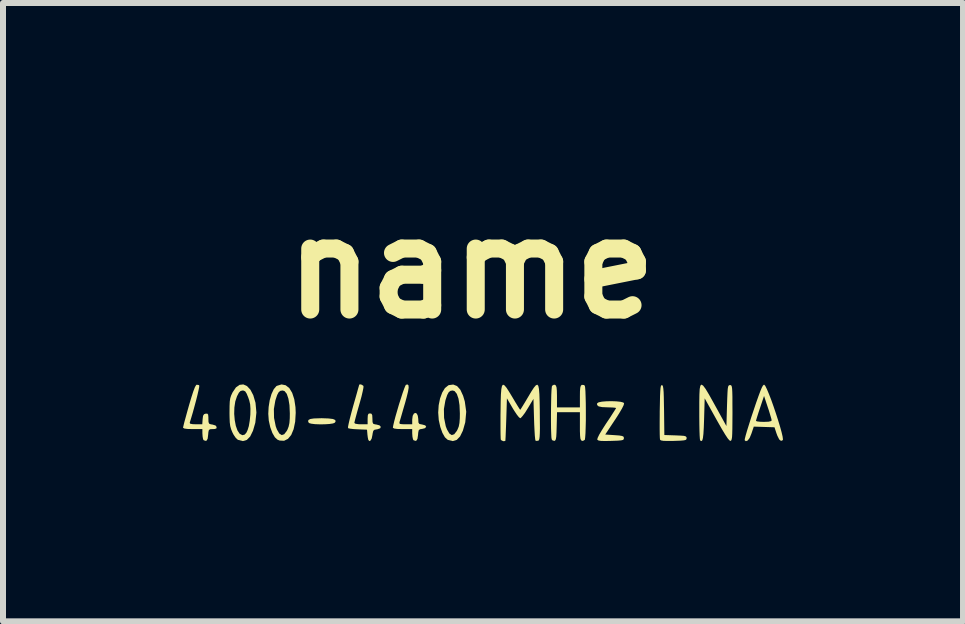
<source format=kicad_pcb>
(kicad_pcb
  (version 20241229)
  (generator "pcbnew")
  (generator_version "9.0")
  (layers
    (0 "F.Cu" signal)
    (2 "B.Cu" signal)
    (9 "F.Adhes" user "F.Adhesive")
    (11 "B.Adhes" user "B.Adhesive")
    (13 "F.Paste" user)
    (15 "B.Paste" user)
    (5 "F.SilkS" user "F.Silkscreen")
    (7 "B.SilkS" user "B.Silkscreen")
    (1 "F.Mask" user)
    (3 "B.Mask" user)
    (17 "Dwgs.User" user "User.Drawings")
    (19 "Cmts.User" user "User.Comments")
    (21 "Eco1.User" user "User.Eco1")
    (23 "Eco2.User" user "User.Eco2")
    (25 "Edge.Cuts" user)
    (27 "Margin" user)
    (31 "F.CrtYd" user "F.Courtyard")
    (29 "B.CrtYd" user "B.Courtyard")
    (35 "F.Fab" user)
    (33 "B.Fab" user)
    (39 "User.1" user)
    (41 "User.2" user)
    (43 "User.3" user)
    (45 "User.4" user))
  (footprint "name"
    (layer "F.Cu")
    (at 5.004 3.818)
    (property "Reference" "name" (at -0.2 -2.4 0) (layer "F.SilkS") (effects (font (size 1.524 1.524) (thickness 0.3))))
    (attr through_hole)
    (fp_poly (pts (xy -2.582 0.104) (xy -2.507 0.113) (xy -2.468 0.13) (xy -2.463 0.155) (xy -2.475 0.174) (xy -2.505 0.187) (xy -2.564 0.196) (xy -2.641 0.201) (xy -2.725 0.202) (xy -2.805 0.199) (xy -2.869 0.191) (xy -2.906 0.18) (xy -2.909 0.177) (xy -2.922 0.147) (xy -2.911 0.127) (xy -2.883 0.113) (xy -2.824 0.104) (xy -2.73 0.101) (xy -2.694 0.1)) (stroke (width 0) (type solid)) (fill yes) (layer "F.SilkS"))
    (fp_poly (pts (xy 2.984 -0.447) (xy 2.992 -0.429) (xy 2.998 -0.392) (xy 3.003 -0.333) (xy 3.006 -0.246) (xy 3.008 -0.126) (xy 3.01 -0.036) (xy 3.015 0.38) (xy 3.201 0.386) (xy 3.288 0.39) (xy 3.343 0.394) (xy 3.372 0.403) (xy 3.384 0.416) (xy 3.386 0.432) (xy 3.383 0.45) (xy 3.37 0.462) (xy 3.34 0.469) (xy 3.285 0.474) (xy 3.199 0.477) (xy 3.17 0.478) (xy 3.067 0.479) (xy 2.999 0.477) (xy 2.959 0.47) (xy 2.943 0.458) (xy 2.943 0.457) (xy 2.94 0.43) (xy 2.938 0.369) (xy 2.937 0.28) (xy 2.937 0.17) (xy 2.938 0.044) (xy 2.938 -0.011) (xy 2.941 -0.157) (xy 2.943 -0.268) (xy 2.947 -0.348) (xy 2.951 -0.401) (xy 2.957 -0.434) (xy 2.966 -0.449) (xy 2.974 -0.452)) (stroke (width 0) (type solid)) (fill yes) (layer "F.SilkS"))
    (fp_poly (pts (xy 2.213 -0.181) (xy 2.283 -0.174) (xy 2.33 -0.162) (xy 2.344 -0.15) (xy 2.338 -0.12) (xy 2.31 -0.063) (xy 2.262 0.019) (xy 2.197 0.121) (xy 2.193 0.126) (xy 2.03 0.372) (xy 2.185 0.382) (xy 2.264 0.388) (xy 2.311 0.396) (xy 2.334 0.407) (xy 2.341 0.426) (xy 2.341 0.432) (xy 2.338 0.45) (xy 2.325 0.462) (xy 2.295 0.469) (xy 2.24 0.474) (xy 2.154 0.477) (xy 2.125 0.478) (xy 2.025 0.48) (xy 1.959 0.478) (xy 1.92 0.472) (xy 1.901 0.461) (xy 1.897 0.454) (xy 1.904 0.427) (xy 1.93 0.373) (xy 1.974 0.299) (xy 2.031 0.209) (xy 2.048 0.183) (xy 2.106 0.097) (xy 2.154 0.022) (xy 2.19 -0.034) (xy 2.209 -0.065) (xy 2.21 -0.07) (xy 2.192 -0.075) (xy 2.144 -0.079) (xy 2.076 -0.081) (xy 2.075 -0.081) (xy 1.979 -0.085) (xy 1.92 -0.097) (xy 1.894 -0.12) (xy 1.895 -0.149) (xy 1.921 -0.165) (xy 1.975 -0.176) (xy 2.049 -0.182) (xy 2.132 -0.184)) (stroke (width 0) (type solid)) (fill yes) (layer "F.SilkS"))
    (fp_poly (pts (xy -0.439 -0.436) (xy -0.384 -0.374) (xy -0.338 -0.274) (xy -0.31 -0.18) (xy -0.286 -0.008) (xy -0.302 0.168) (xy -0.342 0.308) (xy -0.389 0.404) (xy -0.444 0.461) (xy -0.509 0.481) (xy -0.586 0.463) (xy -0.597 0.458) (xy -0.641 0.418) (xy -0.683 0.344) (xy -0.718 0.246) (xy -0.744 0.129) (xy -0.744 0.125) (xy -0.753 0.005) (xy -0.749 -0.053) (xy -0.658 -0.053) (xy -0.655 0.095) (xy -0.627 0.234) (xy -0.606 0.288) (xy -0.567 0.355) (xy -0.527 0.381) (xy -0.486 0.367) (xy -0.444 0.313) (xy -0.432 0.291) (xy -0.411 0.24) (xy -0.399 0.18) (xy -0.393 0.1) (xy -0.392 0.02) (xy -0.398 -0.117) (xy -0.415 -0.226) (xy -0.443 -0.306) (xy -0.48 -0.352) (xy -0.512 -0.362) (xy -0.549 -0.356) (xy -0.578 -0.333) (xy -0.603 -0.287) (xy -0.629 -0.209) (xy -0.634 -0.192) (xy -0.658 -0.053) (xy -0.749 -0.053) (xy -0.745 -0.116) (xy -0.722 -0.229) (xy -0.686 -0.328) (xy -0.64 -0.403) (xy -0.585 -0.447) (xy -0.577 -0.451) (xy -0.503 -0.461)) (stroke (width 0) (type solid)) (fill yes) (layer "F.SilkS"))
    (fp_poly (pts (xy -3.294 -0.449) (xy -3.234 -0.402) (xy -3.186 -0.323) (xy -3.151 -0.216) (xy -3.131 -0.084) (xy -3.127 0.01) (xy -3.136 0.159) (xy -3.162 0.283) (xy -3.202 0.379) (xy -3.256 0.444) (xy -3.321 0.476) (xy -3.395 0.472) (xy -3.43 0.458) (xy -3.474 0.418) (xy -3.516 0.346) (xy -3.551 0.25) (xy -3.576 0.138) (xy -3.576 0.137) (xy -3.584 0.027) (xy -3.58 -0.053) (xy -3.491 -0.053) (xy -3.488 0.095) (xy -3.46 0.234) (xy -3.44 0.288) (xy -3.401 0.355) (xy -3.36 0.381) (xy -3.319 0.367) (xy -3.277 0.313) (xy -3.265 0.291) (xy -3.245 0.24) (xy -3.232 0.18) (xy -3.226 0.1) (xy -3.225 0.02) (xy -3.231 -0.117) (xy -3.249 -0.226) (xy -3.276 -0.306) (xy -3.313 -0.352) (xy -3.345 -0.362) (xy -3.383 -0.356) (xy -3.411 -0.333) (xy -3.436 -0.287) (xy -3.462 -0.209) (xy -3.467 -0.192) (xy -3.491 -0.053) (xy -3.58 -0.053) (xy -3.578 -0.088) (xy -3.56 -0.201) (xy -3.531 -0.302) (xy -3.493 -0.383) (xy -3.45 -0.434) (xy -3.439 -0.44) (xy -3.363 -0.463)) (stroke (width 0) (type solid)) (fill yes) (layer "F.SilkS"))
    (fp_poly (pts (xy 4.697 -0.438) (xy 4.723 -0.385) (xy 4.756 -0.307) (xy 4.794 -0.21) (xy 4.833 -0.1) (xy 4.872 0.015) (xy 4.909 0.13) (xy 4.942 0.238) (xy 4.968 0.332) (xy 4.985 0.405) (xy 4.991 0.452) (xy 4.988 0.466) (xy 4.959 0.478) (xy 4.929 0.454) (xy 4.898 0.392) (xy 4.881 0.346) (xy 4.85 0.251) (xy 4.505 0.24) (xy 4.466 0.356) (xy 4.436 0.429) (xy 4.403 0.472) (xy 4.373 0.483) (xy 4.353 0.466) (xy 4.356 0.443) (xy 4.37 0.387) (xy 4.394 0.304) (xy 4.427 0.199) (xy 4.444 0.145) (xy 4.541 0.145) (xy 4.56 0.153) (xy 4.608 0.159) (xy 4.672 0.161) (xy 4.751 0.158) (xy 4.793 0.148) (xy 4.803 0.136) (xy 4.797 0.107) (xy 4.78 0.05) (xy 4.757 -0.027) (xy 4.739 -0.08) (xy 4.676 -0.271) (xy 4.609 -0.071) (xy 4.581 0.013) (xy 4.559 0.083) (xy 4.545 0.13) (xy 4.541 0.145) (xy 4.444 0.145) (xy 4.465 0.078) (xy 4.494 -0.008) (xy 4.544 -0.157) (xy 4.584 -0.27) (xy 4.615 -0.353) (xy 4.639 -0.41) (xy 4.657 -0.443) (xy 4.672 -0.457) (xy 4.679 -0.458)) (stroke (width 0) (type solid)) (fill yes) (layer "F.SilkS"))
    (fp_poly (pts (xy 1.194 -0.456) (xy 1.209 -0.442) (xy 1.219 -0.412) (xy 1.224 -0.358) (xy 1.226 -0.272) (xy 1.226 -0.262) (xy 1.226 -0.08) (xy 1.608 -0.08) (xy 1.608 -0.262) (xy 1.609 -0.351) (xy 1.614 -0.409) (xy 1.623 -0.44) (xy 1.638 -0.455) (xy 1.64 -0.456) (xy 1.676 -0.453) (xy 1.69 -0.44) (xy 1.695 -0.412) (xy 1.7 -0.351) (xy 1.703 -0.262) (xy 1.706 -0.152) (xy 1.707 -0.027) (xy 1.707 0.01) (xy 1.707 0.138) (xy 1.704 0.252) (xy 1.701 0.348) (xy 1.696 0.418) (xy 1.691 0.456) (xy 1.69 0.46) (xy 1.659 0.478) (xy 1.64 0.476) (xy 1.626 0.464) (xy 1.616 0.438) (xy 1.611 0.391) (xy 1.608 0.316) (xy 1.608 0.232) (xy 1.608 0) (xy 1.227 0) (xy 1.221 0.236) (xy 1.218 0.339) (xy 1.214 0.408) (xy 1.207 0.45) (xy 1.196 0.471) (xy 1.183 0.478) (xy 1.149 0.468) (xy 1.138 0.451) (xy 1.133 0.419) (xy 1.13 0.355) (xy 1.127 0.266) (xy 1.126 0.16) (xy 1.126 0.044) (xy 1.127 -0.074) (xy 1.129 -0.187) (xy 1.131 -0.287) (xy 1.135 -0.368) (xy 1.14 -0.422) (xy 1.144 -0.44) (xy 1.175 -0.458)) (stroke (width 0) (type solid)) (fill yes) (layer "F.SilkS"))
    (fp_poly (pts (xy 3.662 -0.442) (xy 3.703 -0.387) (xy 3.757 -0.297) (xy 3.827 -0.172) (xy 3.9 -0.04) (xy 4.049 0.231) (xy 4.059 -0.111) (xy 4.063 -0.235) (xy 4.067 -0.325) (xy 4.071 -0.386) (xy 4.077 -0.424) (xy 4.086 -0.443) (xy 4.098 -0.451) (xy 4.109 -0.452) (xy 4.122 -0.451) (xy 4.132 -0.443) (xy 4.139 -0.425) (xy 4.144 -0.391) (xy 4.147 -0.336) (xy 4.149 -0.256) (xy 4.149 -0.146) (xy 4.15 -0.000127) (xy 4.15 0.01) (xy 4.149 0.159) (xy 4.148 0.273) (xy 4.146 0.356) (xy 4.143 0.413) (xy 4.137 0.449) (xy 4.13 0.469) (xy 4.12 0.477) (xy 4.117 0.478) (xy 4.099 0.469) (xy 4.07 0.435) (xy 4.029 0.373) (xy 3.974 0.282) (xy 3.903 0.157) (xy 3.886 0.127) (xy 3.687 -0.231) (xy 3.677 0.119) (xy 3.672 0.257) (xy 3.666 0.359) (xy 3.658 0.428) (xy 3.648 0.467) (xy 3.634 0.481) (xy 3.616 0.474) (xy 3.611 0.469) (xy 3.607 0.446) (xy 3.603 0.388) (xy 3.6 0.302) (xy 3.598 0.194) (xy 3.597 0.068) (xy 3.597 -0.003) (xy 3.597 -0.169) (xy 3.599 -0.297) (xy 3.604 -0.388) (xy 3.615 -0.442) (xy 3.634 -0.46)) (stroke (width 0) (type solid)) (fill yes) (layer "F.SilkS"))
    (fp_poly (pts (xy -4.743 -0.453) (xy -4.734 -0.444) (xy -4.735 -0.42) (xy -4.746 -0.366) (xy -4.764 -0.288) (xy -4.787 -0.196) (xy -4.814 -0.096) (xy -4.841 0.003) (xy -4.868 0.094) (xy -4.891 0.169) (xy -4.893 0.176) (xy -4.886 0.191) (xy -4.846 0.199) (xy -4.793 0.201) (xy -4.684 0.201) (xy -4.678 0.116) (xy -4.671 0.06) (xy -4.654 0.033) (xy -4.627 0.024) (xy -4.599 0.024) (xy -4.586 0.041) (xy -4.582 0.085) (xy -4.582 0.108) (xy -4.58 0.164) (xy -4.569 0.191) (xy -4.541 0.202) (xy -4.517 0.205) (xy -4.463 0.221) (xy -4.445 0.246) (xy -4.448 0.27) (xy -4.477 0.28) (xy -4.509 0.281) (xy -4.551 0.283) (xy -4.573 0.296) (xy -4.582 0.331) (xy -4.586 0.377) (xy -4.594 0.441) (xy -4.612 0.473) (xy -4.624 0.478) (xy -4.658 0.468) (xy -4.67 0.451) (xy -4.678 0.409) (xy -4.682 0.352) (xy -4.682 0.35) (xy -4.682 0.281) (xy -4.843 0.281) (xy -4.93 0.279) (xy -4.982 0.272) (xy -5.003 0.26) (xy -5.004 0.256) (xy -4.998 0.229) (xy -4.984 0.171) (xy -4.961 0.087) (xy -4.933 -0.015) (xy -4.906 -0.111) (xy -4.865 -0.249) (xy -4.832 -0.351) (xy -4.806 -0.418) (xy -4.786 -0.452) (xy -4.777 -0.458)) (stroke (width 0) (type solid)) (fill yes) (layer "F.SilkS"))
    (fp_poly (pts (xy -3.939 -0.436) (xy -3.882 -0.375) (xy -3.834 -0.283) (xy -3.798 -0.161) (xy -3.797 -0.158) (xy -3.782 0.005) (xy -3.8 0.175) (xy -3.839 0.309) (xy -3.886 0.405) (xy -3.942 0.462) (xy -4.007 0.481) (xy -4.084 0.462) (xy -4.093 0.458) (xy -4.125 0.429) (xy -4.162 0.375) (xy -4.183 0.334) (xy -4.204 0.282) (xy -4.218 0.23) (xy -4.226 0.168) (xy -4.229 0.085) (xy -4.23 0.028) (xy -4.152 0.028) (xy -4.143 0.132) (xy -4.125 0.227) (xy -4.097 0.305) (xy -4.061 0.359) (xy -4.017 0.382) (xy -4.012 0.382) (xy -3.977 0.373) (xy -3.949 0.341) (xy -3.928 0.296) (xy -3.908 0.231) (xy -3.893 0.141) (xy -3.883 0.042) (xy -3.883 0.04) (xy -3.881 -0.057) (xy -3.886 -0.13) (xy -3.901 -0.196) (xy -3.918 -0.246) (xy -3.945 -0.311) (xy -3.968 -0.347) (xy -3.994 -0.36) (xy -4.012 -0.362) (xy -4.046 -0.354) (xy -4.074 -0.325) (xy -4.105 -0.266) (xy -4.134 -0.179) (xy -4.149 -0.078) (xy -4.152 0.028) (xy -4.23 0.028) (xy -4.23 0) (xy -4.229 -0.104) (xy -4.226 -0.177) (xy -4.218 -0.232) (xy -4.204 -0.277) (xy -4.182 -0.324) (xy -4.178 -0.332) (xy -4.123 -0.413) (xy -4.062 -0.456) (xy -4 -0.463)) (stroke (width 0) (type solid)) (fill yes) (layer "F.SilkS"))
    (fp_poly (pts (xy -1.248 -0.447) (xy -1.245 -0.408) (xy -1.256 -0.342) (xy -1.28 -0.245) (xy -1.304 -0.157) (xy -1.334 -0.055) (xy -1.36 0.036) (xy -1.381 0.108) (xy -1.394 0.152) (xy -1.396 0.158) (xy -1.4 0.183) (xy -1.389 0.195) (xy -1.353 0.2) (xy -1.297 0.201) (xy -1.186 0.201) (xy -1.186 0.123) (xy -1.178 0.06) (xy -1.157 0.021) (xy -1.128 0.012) (xy -1.109 0.025) (xy -1.093 0.059) (xy -1.085 0.114) (xy -1.085 0.123) (xy -1.082 0.173) (xy -1.066 0.196) (xy -1.026 0.204) (xy -1.02 0.205) (xy -0.969 0.219) (xy -0.953 0.243) (xy -0.973 0.266) (xy -1.019 0.278) (xy -1.058 0.284) (xy -1.078 0.302) (xy -1.086 0.341) (xy -1.089 0.378) (xy -1.098 0.442) (xy -1.116 0.473) (xy -1.128 0.478) (xy -1.162 0.468) (xy -1.173 0.451) (xy -1.182 0.409) (xy -1.186 0.352) (xy -1.186 0.35) (xy -1.186 0.281) (xy -1.346 0.281) (xy -1.434 0.279) (xy -1.486 0.272) (xy -1.507 0.26) (xy -1.508 0.256) (xy -1.502 0.22) (xy -1.487 0.156) (xy -1.465 0.072) (xy -1.437 -0.025) (xy -1.407 -0.128) (xy -1.375 -0.228) (xy -1.346 -0.319) (xy -1.32 -0.392) (xy -1.3 -0.441) (xy -1.29 -0.457) (xy -1.263 -0.462)) (stroke (width 0) (type solid)) (fill yes) (layer "F.SilkS"))
    (fp_poly (pts (xy -2.027 -0.458) (xy -2.002 -0.441) (xy -1.998 -0.435) (xy -1.999 -0.406) (xy -2.011 -0.347) (xy -2.03 -0.265) (xy -2.057 -0.167) (xy -2.069 -0.125) (xy -2.098 -0.023) (xy -2.122 0.065) (xy -2.14 0.133) (xy -2.149 0.173) (xy -2.15 0.179) (xy -2.132 0.192) (xy -2.081 0.2) (xy -2.04 0.201) (xy -1.929 0.201) (xy -1.929 0.111) (xy -1.926 0.054) (xy -1.916 0.027) (xy -1.892 0.02) (xy -1.889 0.02) (xy -1.864 0.026) (xy -1.852 0.051) (xy -1.849 0.105) (xy -1.849 0.109) (xy -1.847 0.165) (xy -1.836 0.192) (xy -1.807 0.202) (xy -1.784 0.205) (xy -1.731 0.219) (xy -1.709 0.244) (xy -1.72 0.268) (xy -1.765 0.284) (xy -1.772 0.285) (xy -1.814 0.292) (xy -1.835 0.311) (xy -1.845 0.353) (xy -1.849 0.38) (xy -1.861 0.438) (xy -1.881 0.473) (xy -1.902 0.481) (xy -1.918 0.459) (xy -1.926 0.421) (xy -1.933 0.366) (xy -1.933 0.362) (xy -1.939 0.291) (xy -2.09 0.285) (xy -2.164 0.281) (xy -2.223 0.274) (xy -2.254 0.266) (xy -2.255 0.264) (xy -2.255 0.241) (xy -2.244 0.186) (xy -2.225 0.105) (xy -2.199 0.005) (xy -2.17 -0.101) (xy -2.138 -0.213) (xy -2.11 -0.311) (xy -2.089 -0.388) (xy -2.074 -0.439) (xy -2.07 -0.457) (xy -2.056 -0.465)) (stroke (width 0) (type solid)) (fill yes) (layer "F.SilkS"))
    (fp_poly (pts (xy 0.351 -0.448) (xy 0.385 -0.408) (xy 0.428 -0.341) (xy 0.482 -0.252) (xy 0.53 -0.171) (xy 0.571 -0.104) (xy 0.6 -0.058) (xy 0.613 -0.04) (xy 0.613 -0.04) (xy 0.625 -0.056) (xy 0.653 -0.101) (xy 0.693 -0.166) (xy 0.741 -0.247) (xy 0.744 -0.252) (xy 0.798 -0.343) (xy 0.841 -0.409) (xy 0.874 -0.448) (xy 0.898 -0.459) (xy 0.915 -0.439) (xy 0.926 -0.386) (xy 0.933 -0.3) (xy 0.937 -0.177) (xy 0.94 -0.016) (xy 0.94 0.006) (xy 0.941 0.155) (xy 0.942 0.268) (xy 0.94 0.351) (xy 0.937 0.409) (xy 0.932 0.445) (xy 0.925 0.465) (xy 0.915 0.475) (xy 0.914 0.475) (xy 0.879 0.478) (xy 0.868 0.473) (xy 0.863 0.449) (xy 0.857 0.392) (xy 0.852 0.309) (xy 0.847 0.206) (xy 0.844 0.118) (xy 0.834 -0.222) (xy 0.737 -0.061) (xy 0.693 0.01) (xy 0.652 0.064) (xy 0.623 0.096) (xy 0.614 0.1) (xy 0.592 0.084) (xy 0.557 0.04) (xy 0.515 -0.023) (xy 0.489 -0.065) (xy 0.392 -0.231) (xy 0.381 0.121) (xy 0.377 0.235) (xy 0.373 0.334) (xy 0.37 0.412) (xy 0.367 0.462) (xy 0.366 0.477) (xy 0.34 0.484) (xy 0.307 0.473) (xy 0.29 0.457) (xy 0.288 0.43) (xy 0.286 0.369) (xy 0.285 0.28) (xy 0.285 0.17) (xy 0.285 0.044) (xy 0.286 -0.01) (xy 0.288 -0.173) (xy 0.292 -0.297) (xy 0.299 -0.385) (xy 0.31 -0.438) (xy 0.327 -0.459)) (stroke (width 0) (type solid)) (fill yes) (layer "F.SilkS")))
  (gr_rect
    (start -3 -3)
    (end 12.995 7.302)
    (stroke (width 0.1) (type default))
    (fill no)
    (layer "Edge.Cuts")))
</source>
